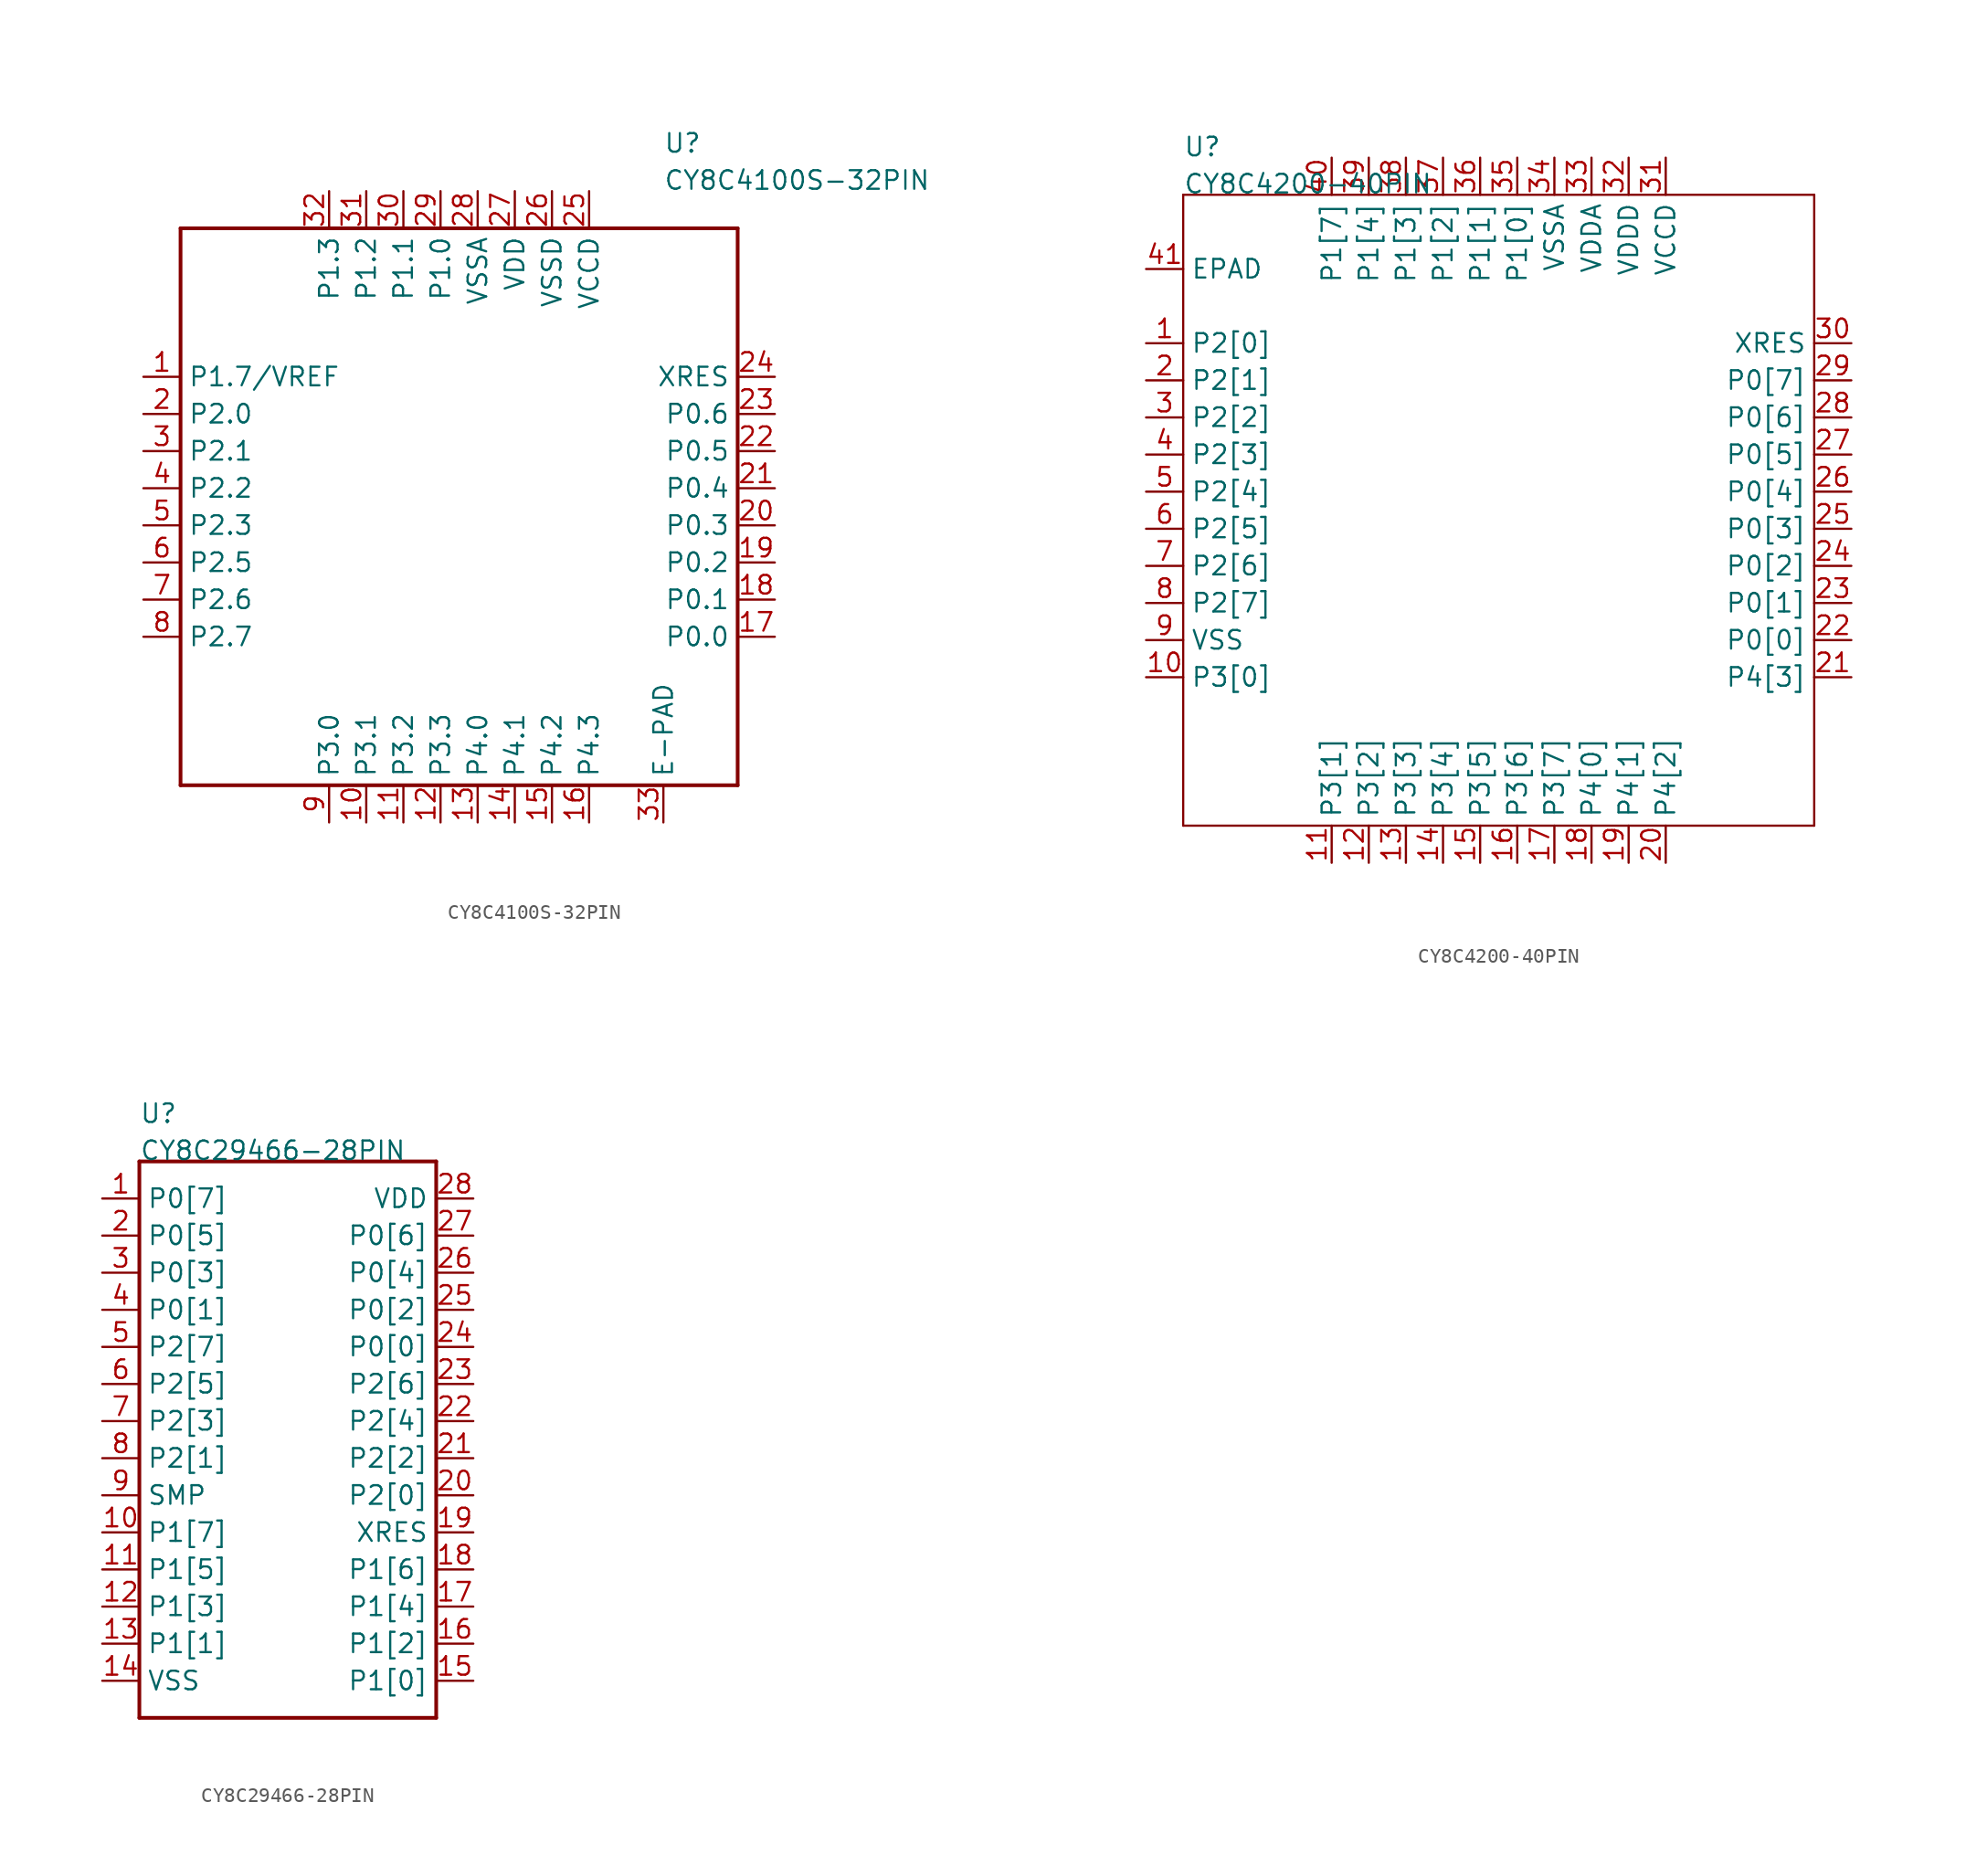
<source format=kicad_sym>
(kicad_symbol_lib
  (version 20211014)
  (generator kicad_symbol_editor)
  (symbol "CY8C4100S-32PIN"
    (pin_names)
    (property "Reference" "U"
      (at 12.7 25.4 0)
      (effects (font (size 1.27 1.27)) (justify left bottom)))
    (property "Value" "CY8C4100S-32PIN"
      (at 12.7 22.86 0)
      (effects (font (size 1.27 1.27)) (justify left bottom)))
    (property "Datasheet" ""
      (at 0 0 0))
    (property "ki_description" "CY8C4146LQI  - 32 Bit Microcontroller IC  Technical Specifications:    Core Processor: ARM® Cortex®-M0+   Core Size: 32-Bit Single-Core   Speed: 48MHz   Connectivity: I²C, IrDA, LINbus, SPI, UART/USART   Peripherals: Brown-out Detect/Reset, CapSense, LCD, POR, PWM, WDT   Number of I/O: 27   RAM Size: 8K x 8   Voltage - Supply (Vcc/Vdd): 1.71V ~ 5.5V   Operating Temperature: -40°C ~ 85°C (TA)        Component Search:  CY8C41xx, PSoC™ 4 MCU: PSoC™ 4100S Based on Arm® Cortex®-M0+ CPU   Datasheet:  CY8C41xx, PSoC™ 4 MCU: PSoC™ 4100S Based on Arm® Cortex®-M0+ CPU  "
      (at 0 0 0))
    (property "ki_fp_filters" "FlashPCB_ICs:32-QFN(5X5)-EXPOSED-PAD"
      (at 0 0 0))
    (symbol "CY8C4100S-32PIN_1_1"
      (polyline (pts (xy -20.32 20.32) (xy -20.32 -17.78)) (stroke (width 0.254)) (fill (type none)))
      (polyline (pts (xy -20.32 -17.78) (xy 17.78 -17.78)) (stroke (width 0.254)) (fill (type none)))
      (polyline (pts (xy 17.78 -17.78) (xy 17.78 20.32)) (stroke (width 0.254)) (fill (type none)))
      (polyline (pts (xy 17.78 20.32) (xy -20.32 20.32)) (stroke (width 0.254)) (fill (type none)))
      (pin bidirectional line (at -22.86 10.16 0) (length 2.54) (name "P1.7/VREF" (effects (font (size 1.27 1.27)))) (number "1" (effects (font (size 1.27 1.27)))))
      (pin bidirectional line (at -22.86 7.62 0) (length 2.54) (name "P2.0" (effects (font (size 1.27 1.27)))) (number "2" (effects (font (size 1.27 1.27)))))
      (pin bidirectional line (at -22.86 5.08 0) (length 2.54) (name "P2.1" (effects (font (size 1.27 1.27)))) (number "3" (effects (font (size 1.27 1.27)))))
      (pin bidirectional line (at -22.86 2.54 0) (length 2.54) (name "P2.2" (effects (font (size 1.27 1.27)))) (number "4" (effects (font (size 1.27 1.27)))))
      (pin bidirectional line (at -22.86 0 0) (length 2.54) (name "P2.3" (effects (font (size 1.27 1.27)))) (number "5" (effects (font (size 1.27 1.27)))))
      (pin bidirectional line (at -22.86 -2.54 0) (length 2.54) (name "P2.5" (effects (font (size 1.27 1.27)))) (number "6" (effects (font (size 1.27 1.27)))))
      (pin bidirectional line (at -22.86 -5.08 0) (length 2.54) (name "P2.6" (effects (font (size 1.27 1.27)))) (number "7" (effects (font (size 1.27 1.27)))))
      (pin bidirectional line (at -22.86 -7.62 0) (length 2.54) (name "P2.7" (effects (font (size 1.27 1.27)))) (number "8" (effects (font (size 1.27 1.27)))))
      (pin bidirectional line (at -10.16 -20.32 90) (length 2.54) (name "P3.0" (effects (font (size 1.27 1.27)))) (number "9" (effects (font (size 1.27 1.27)))))
      (pin bidirectional line (at -7.62 -20.32 90) (length 2.54) (name "P3.1" (effects (font (size 1.27 1.27)))) (number "10" (effects (font (size 1.27 1.27)))))
      (pin bidirectional line (at -5.08 -20.32 90) (length 2.54) (name "P3.2" (effects (font (size 1.27 1.27)))) (number "11" (effects (font (size 1.27 1.27)))))
      (pin bidirectional line (at -2.54 -20.32 90) (length 2.54) (name "P3.3" (effects (font (size 1.27 1.27)))) (number "12" (effects (font (size 1.27 1.27)))))
      (pin bidirectional line (at 0 -20.32 90) (length 2.54) (name "P4.0" (effects (font (size 1.27 1.27)))) (number "13" (effects (font (size 1.27 1.27)))))
      (pin bidirectional line (at 2.54 -20.32 90) (length 2.54) (name "P4.1" (effects (font (size 1.27 1.27)))) (number "14" (effects (font (size 1.27 1.27)))))
      (pin bidirectional line (at 5.08 -20.32 90) (length 2.54) (name "P4.2" (effects (font (size 1.27 1.27)))) (number "15" (effects (font (size 1.27 1.27)))))
      (pin bidirectional line (at 7.62 -20.32 90) (length 2.54) (name "P4.3" (effects (font (size 1.27 1.27)))) (number "16" (effects (font (size 1.27 1.27)))))
      (pin bidirectional line (at 20.32 -7.62 180) (length 2.54) (name "P0.0" (effects (font (size 1.27 1.27)))) (number "17" (effects (font (size 1.27 1.27)))))
      (pin bidirectional line (at 20.32 -5.08 180) (length 2.54) (name "P0.1" (effects (font (size 1.27 1.27)))) (number "18" (effects (font (size 1.27 1.27)))))
      (pin bidirectional line (at 20.32 -2.54 180) (length 2.54) (name "P0.2" (effects (font (size 1.27 1.27)))) (number "19" (effects (font (size 1.27 1.27)))))
      (pin bidirectional line (at 20.32 0 180) (length 2.54) (name "P0.3" (effects (font (size 1.27 1.27)))) (number "20" (effects (font (size 1.27 1.27)))))
      (pin bidirectional line (at 20.32 2.54 180) (length 2.54) (name "P0.4" (effects (font (size 1.27 1.27)))) (number "21" (effects (font (size 1.27 1.27)))))
      (pin bidirectional line (at 20.32 5.08 180) (length 2.54) (name "P0.5" (effects (font (size 1.27 1.27)))) (number "22" (effects (font (size 1.27 1.27)))))
      (pin bidirectional line (at 20.32 7.62 180) (length 2.54) (name "P0.6" (effects (font (size 1.27 1.27)))) (number "23" (effects (font (size 1.27 1.27)))))
      (pin bidirectional line (at 20.32 10.16 180) (length 2.54) (name "XRES" (effects (font (size 1.27 1.27)))) (number "24" (effects (font (size 1.27 1.27)))))
      (pin bidirectional line (at 7.62 22.86 270) (length 2.54) (name "VCCD" (effects (font (size 1.27 1.27)))) (number "25" (effects (font (size 1.27 1.27)))))
      (pin bidirectional line (at 5.08 22.86 270) (length 2.54) (name "VSSD" (effects (font (size 1.27 1.27)))) (number "26" (effects (font (size 1.27 1.27)))))
      (pin bidirectional line (at 2.54 22.86 270) (length 2.54) (name "VDD" (effects (font (size 1.27 1.27)))) (number "27" (effects (font (size 1.27 1.27)))))
      (pin bidirectional line (at 0 22.86 270) (length 2.54) (name "VSSA" (effects (font (size 1.27 1.27)))) (number "28" (effects (font (size 1.27 1.27)))))
      (pin bidirectional line (at -2.54 22.86 270) (length 2.54) (name "P1.0" (effects (font (size 1.27 1.27)))) (number "29" (effects (font (size 1.27 1.27)))))
      (pin bidirectional line (at -5.08 22.86 270) (length 2.54) (name "P1.1" (effects (font (size 1.27 1.27)))) (number "30" (effects (font (size 1.27 1.27)))))
      (pin bidirectional line (at -7.62 22.86 270) (length 2.54) (name "P1.2" (effects (font (size 1.27 1.27)))) (number "31" (effects (font (size 1.27 1.27)))))
      (pin bidirectional line (at -10.16 22.86 270) (length 2.54) (name "P1.3" (effects (font (size 1.27 1.27)))) (number "32" (effects (font (size 1.27 1.27)))))
      (pin bidirectional line (at 12.7 -20.32 90) (length 2.54) (name "E-PAD" (effects (font (size 1.27 1.27)))) (number "33" (effects (font (size 1.27 1.27)))))))
  (symbol "CY8C4200-40PIN"
    (pin_names)
    (property "Reference" "U"
      (at -22.86 25.4 0)
      (effects (font (size 1.27 1.27)) (justify left bottom)))
    (property "Value" "CY8C4200-40PIN"
      (at -22.86 22.86 0)
      (effects (font (size 1.27 1.27)) (justify left bottom)))
    (property "Datasheet" ""
      (at 0 0 0))
    (property "ki_description" "CY8C4200  - Microcontroller IC 32-Bit Single-Core   Technical Specifications:    Number of I/O: 34   Speed: 48MHz   Core Size: 32-Bit Single-Core   Voltage - Supply (Vcc/Vdd): 1.71V ~ 5.5V   Operating Temperature: -40°C ~ 85°C (TA)/li>       Component Search:  PSoC® 4: PSoC 4200 Family Datasheet Programmable System-on-Chip (PSoC®)   Datasheet:  PSoC® 4: PSoC 4200 Family Datasheet Programmable System-on-Chip (PSoC®) "
      (at 0 0 0))
    (property "ki_fp_filters" "FlashPCB_ICs:40-QFN(6X6)"
      (at 0 0 0))
    (symbol "CY8C4200-40PIN_1_1"
      (polyline (pts (xy -22.86 22.86) (xy -22.86 -20.32)) (stroke (width 0.152)) (fill (type none)))
      (polyline (pts (xy -22.86 -20.32) (xy 20.32 -20.32)) (stroke (width 0.152)) (fill (type none)))
      (polyline (pts (xy 20.32 -20.32) (xy 20.32 22.86)) (stroke (width 0.152)) (fill (type none)))
      (polyline (pts (xy 20.32 22.86) (xy -22.86 22.86)) (stroke (width 0.152)) (fill (type none)))
      (pin bidirectional line (at -25.4 12.7 0) (length 2.54) (name "P2[0]" (effects (font (size 1.27 1.27)))) (number "1" (effects (font (size 1.27 1.27)))))
      (pin bidirectional line (at -25.4 10.16 0) (length 2.54) (name "P2[1]" (effects (font (size 1.27 1.27)))) (number "2" (effects (font (size 1.27 1.27)))))
      (pin bidirectional line (at -25.4 7.62 0) (length 2.54) (name "P2[2]" (effects (font (size 1.27 1.27)))) (number "3" (effects (font (size 1.27 1.27)))))
      (pin bidirectional line (at -25.4 5.08 0) (length 2.54) (name "P2[3]" (effects (font (size 1.27 1.27)))) (number "4" (effects (font (size 1.27 1.27)))))
      (pin bidirectional line (at -25.4 2.54 0) (length 2.54) (name "P2[4]" (effects (font (size 1.27 1.27)))) (number "5" (effects (font (size 1.27 1.27)))))
      (pin bidirectional line (at -25.4 0 0) (length 2.54) (name "P2[5]" (effects (font (size 1.27 1.27)))) (number "6" (effects (font (size 1.27 1.27)))))
      (pin bidirectional line (at -25.4 -2.54 0) (length 2.54) (name "P2[6]" (effects (font (size 1.27 1.27)))) (number "7" (effects (font (size 1.27 1.27)))))
      (pin bidirectional line (at -25.4 -5.08 0) (length 2.54) (name "P2[7]" (effects (font (size 1.27 1.27)))) (number "8" (effects (font (size 1.27 1.27)))))
      (pin bidirectional line (at -25.4 -7.62 0) (length 2.54) (name "VSS" (effects (font (size 1.27 1.27)))) (number "9" (effects (font (size 1.27 1.27)))))
      (pin bidirectional line (at -25.4 -10.16 0) (length 2.54) (name "P3[0]" (effects (font (size 1.27 1.27)))) (number "10" (effects (font (size 1.27 1.27)))))
      (pin bidirectional line (at -12.7 -22.86 90) (length 2.54) (name "P3[1]" (effects (font (size 1.27 1.27)))) (number "11" (effects (font (size 1.27 1.27)))))
      (pin bidirectional line (at -10.16 -22.86 90) (length 2.54) (name "P3[2]" (effects (font (size 1.27 1.27)))) (number "12" (effects (font (size 1.27 1.27)))))
      (pin bidirectional line (at -7.62 -22.86 90) (length 2.54) (name "P3[3]" (effects (font (size 1.27 1.27)))) (number "13" (effects (font (size 1.27 1.27)))))
      (pin bidirectional line (at -5.08 -22.86 90) (length 2.54) (name "P3[4]" (effects (font (size 1.27 1.27)))) (number "14" (effects (font (size 1.27 1.27)))))
      (pin bidirectional line (at -2.54 -22.86 90) (length 2.54) (name "P3[5]" (effects (font (size 1.27 1.27)))) (number "15" (effects (font (size 1.27 1.27)))))
      (pin bidirectional line (at 0 -22.86 90) (length 2.54) (name "P3[6]" (effects (font (size 1.27 1.27)))) (number "16" (effects (font (size 1.27 1.27)))))
      (pin bidirectional line (at 2.54 -22.86 90) (length 2.54) (name "P3[7]" (effects (font (size 1.27 1.27)))) (number "17" (effects (font (size 1.27 1.27)))))
      (pin bidirectional line (at 5.08 -22.86 90) (length 2.54) (name "P4[0]" (effects (font (size 1.27 1.27)))) (number "18" (effects (font (size 1.27 1.27)))))
      (pin bidirectional line (at 7.62 -22.86 90) (length 2.54) (name "P4[1]" (effects (font (size 1.27 1.27)))) (number "19" (effects (font (size 1.27 1.27)))))
      (pin bidirectional line (at 10.16 -22.86 90) (length 2.54) (name "P4[2]" (effects (font (size 1.27 1.27)))) (number "20" (effects (font (size 1.27 1.27)))))
      (pin bidirectional line (at 22.86 -10.16 180) (length 2.54) (name "P4[3]" (effects (font (size 1.27 1.27)))) (number "21" (effects (font (size 1.27 1.27)))))
      (pin bidirectional line (at 22.86 -7.62 180) (length 2.54) (name "P0[0]" (effects (font (size 1.27 1.27)))) (number "22" (effects (font (size 1.27 1.27)))))
      (pin bidirectional line (at 22.86 -5.08 180) (length 2.54) (name "P0[1]" (effects (font (size 1.27 1.27)))) (number "23" (effects (font (size 1.27 1.27)))))
      (pin bidirectional line (at 22.86 -2.54 180) (length 2.54) (name "P0[2]" (effects (font (size 1.27 1.27)))) (number "24" (effects (font (size 1.27 1.27)))))
      (pin bidirectional line (at 22.86 0 180) (length 2.54) (name "P0[3]" (effects (font (size 1.27 1.27)))) (number "25" (effects (font (size 1.27 1.27)))))
      (pin bidirectional line (at 22.86 2.54 180) (length 2.54) (name "P0[4]" (effects (font (size 1.27 1.27)))) (number "26" (effects (font (size 1.27 1.27)))))
      (pin bidirectional line (at 22.86 5.08 180) (length 2.54) (name "P0[5]" (effects (font (size 1.27 1.27)))) (number "27" (effects (font (size 1.27 1.27)))))
      (pin bidirectional line (at 22.86 7.62 180) (length 2.54) (name "P0[6]" (effects (font (size 1.27 1.27)))) (number "28" (effects (font (size 1.27 1.27)))))
      (pin bidirectional line (at 22.86 10.16 180) (length 2.54) (name "P0[7]" (effects (font (size 1.27 1.27)))) (number "29" (effects (font (size 1.27 1.27)))))
      (pin bidirectional line (at 22.86 12.7 180) (length 2.54) (name "XRES" (effects (font (size 1.27 1.27)))) (number "30" (effects (font (size 1.27 1.27)))))
      (pin bidirectional line (at 10.16 25.4 270) (length 2.54) (name "VCCD" (effects (font (size 1.27 1.27)))) (number "31" (effects (font (size 1.27 1.27)))))
      (pin bidirectional line (at 7.62 25.4 270) (length 2.54) (name "VDDD" (effects (font (size 1.27 1.27)))) (number "32" (effects (font (size 1.27 1.27)))))
      (pin bidirectional line (at 5.08 25.4 270) (length 2.54) (name "VDDA" (effects (font (size 1.27 1.27)))) (number "33" (effects (font (size 1.27 1.27)))))
      (pin bidirectional line (at 2.54 25.4 270) (length 2.54) (name "VSSA" (effects (font (size 1.27 1.27)))) (number "34" (effects (font (size 1.27 1.27)))))
      (pin bidirectional line (at 0 25.4 270) (length 2.54) (name "P1[0]" (effects (font (size 1.27 1.27)))) (number "35" (effects (font (size 1.27 1.27)))))
      (pin bidirectional line (at -2.54 25.4 270) (length 2.54) (name "P1[1]" (effects (font (size 1.27 1.27)))) (number "36" (effects (font (size 1.27 1.27)))))
      (pin bidirectional line (at -5.08 25.4 270) (length 2.54) (name "P1[2]" (effects (font (size 1.27 1.27)))) (number "37" (effects (font (size 1.27 1.27)))))
      (pin bidirectional line (at -7.62 25.4 270) (length 2.54) (name "P1[3]" (effects (font (size 1.27 1.27)))) (number "38" (effects (font (size 1.27 1.27)))))
      (pin bidirectional line (at -10.16 25.4 270) (length 2.54) (name "P1[4]" (effects (font (size 1.27 1.27)))) (number "39" (effects (font (size 1.27 1.27)))))
      (pin bidirectional line (at -12.7 25.4 270) (length 2.54) (name "P1[7]" (effects (font (size 1.27 1.27)))) (number "40" (effects (font (size 1.27 1.27)))))
      (pin bidirectional line (at -25.4 17.78 0) (length 2.54) (name "EPAD" (effects (font (size 1.27 1.27)))) (number "41" (effects (font (size 1.27 1.27)))))))
  (symbol "CY8C29466-28PIN"
    (pin_names)
    (property "Reference" "U"
      (at -10.16 20.32 0)
      (effects (font (size 1.27 1.27)) (justify left bottom)))
    (property "Value" "CY8C29466-28PIN"
      (at -10.16 17.78 0)
      (effects (font (size 1.27 1.27)) (justify left bottom)))
    (property "Datasheet" ""
      (at 0 0 0))
    (property "ki_description" "CY8C29466  -  32KB FLASH 28SOIC   Technical Specifications:    Number of I/O: 24   Core Size: 8-Bit   Speed: 24MHz   Voltage - Supply (Vcc/Vdd): 3V ~ 5.25V   Operating Temperature: -40°C ~ 85°C (TA)         Component Search:  CY8C29466/CY8C29566/CY8C29666/CY8C29866, PSoC® Programmable System-on-Chip™   Datasheet:  CY8C29466/CY8C29566/CY8C29666/CY8C29866, PSoC® Programmable System-on-Chip™ "
      (at 0 0 0))
    (property "ki_fp_filters" "FlashPCB_ICs:28-SOIC-7.5MM FlashPCB_ICs:28-SSOP"
      (at 0 0 0))
    (symbol "CY8C29466-28PIN_1_1"
      (polyline (pts (xy -10.16 17.78) (xy -10.16 -20.32)) (stroke (width 0.254)) (fill (type none)))
      (polyline (pts (xy -10.16 -20.32) (xy 10.16 -20.32)) (stroke (width 0.254)) (fill (type none)))
      (polyline (pts (xy 10.16 -20.32) (xy 10.16 17.78)) (stroke (width 0.254)) (fill (type none)))
      (polyline (pts (xy 10.16 17.78) (xy -10.16 17.78)) (stroke (width 0.254)) (fill (type none)))
      (pin bidirectional line (at -12.7 15.24 0) (length 2.54) (name "P0[7]" (effects (font (size 1.27 1.27)))) (number "1" (effects (font (size 1.27 1.27)))))
      (pin bidirectional line (at -12.7 12.7 0) (length 2.54) (name "P0[5]" (effects (font (size 1.27 1.27)))) (number "2" (effects (font (size 1.27 1.27)))))
      (pin bidirectional line (at -12.7 10.16 0) (length 2.54) (name "P0[3]" (effects (font (size 1.27 1.27)))) (number "3" (effects (font (size 1.27 1.27)))))
      (pin bidirectional line (at -12.7 7.62 0) (length 2.54) (name "P0[1]" (effects (font (size 1.27 1.27)))) (number "4" (effects (font (size 1.27 1.27)))))
      (pin bidirectional line (at -12.7 5.08 0) (length 2.54) (name "P2[7]" (effects (font (size 1.27 1.27)))) (number "5" (effects (font (size 1.27 1.27)))))
      (pin bidirectional line (at -12.7 2.54 0) (length 2.54) (name "P2[5]" (effects (font (size 1.27 1.27)))) (number "6" (effects (font (size 1.27 1.27)))))
      (pin bidirectional line (at -12.7 0 0) (length 2.54) (name "P2[3]" (effects (font (size 1.27 1.27)))) (number "7" (effects (font (size 1.27 1.27)))))
      (pin bidirectional line (at -12.7 -2.54 0) (length 2.54) (name "P2[1]" (effects (font (size 1.27 1.27)))) (number "8" (effects (font (size 1.27 1.27)))))
      (pin bidirectional line (at -12.7 -5.08 0) (length 2.54) (name "SMP" (effects (font (size 1.27 1.27)))) (number "9" (effects (font (size 1.27 1.27)))))
      (pin bidirectional line (at -12.7 -7.62 0) (length 2.54) (name "P1[7]" (effects (font (size 1.27 1.27)))) (number "10" (effects (font (size 1.27 1.27)))))
      (pin bidirectional line (at -12.7 -10.16 0) (length 2.54) (name "P1[5]" (effects (font (size 1.27 1.27)))) (number "11" (effects (font (size 1.27 1.27)))))
      (pin bidirectional line (at -12.7 -12.7 0) (length 2.54) (name "P1[3]" (effects (font (size 1.27 1.27)))) (number "12" (effects (font (size 1.27 1.27)))))
      (pin bidirectional line (at -12.7 -15.24 0) (length 2.54) (name "P1[1]" (effects (font (size 1.27 1.27)))) (number "13" (effects (font (size 1.27 1.27)))))
      (pin bidirectional line (at -12.7 -17.78 0) (length 2.54) (name "VSS" (effects (font (size 1.27 1.27)))) (number "14" (effects (font (size 1.27 1.27)))))
      (pin bidirectional line (at 12.7 -17.78 180) (length 2.54) (name "P1[0]" (effects (font (size 1.27 1.27)))) (number "15" (effects (font (size 1.27 1.27)))))
      (pin bidirectional line (at 12.7 -15.24 180) (length 2.54) (name "P1[2]" (effects (font (size 1.27 1.27)))) (number "16" (effects (font (size 1.27 1.27)))))
      (pin bidirectional line (at 12.7 -12.7 180) (length 2.54) (name "P1[4]" (effects (font (size 1.27 1.27)))) (number "17" (effects (font (size 1.27 1.27)))))
      (pin bidirectional line (at 12.7 -10.16 180) (length 2.54) (name "P1[6]" (effects (font (size 1.27 1.27)))) (number "18" (effects (font (size 1.27 1.27)))))
      (pin bidirectional line (at 12.7 -7.62 180) (length 2.54) (name "XRES" (effects (font (size 1.27 1.27)))) (number "19" (effects (font (size 1.27 1.27)))))
      (pin bidirectional line (at 12.7 -5.08 180) (length 2.54) (name "P2[0]" (effects (font (size 1.27 1.27)))) (number "20" (effects (font (size 1.27 1.27)))))
      (pin bidirectional line (at 12.7 -2.54 180) (length 2.54) (name "P2[2]" (effects (font (size 1.27 1.27)))) (number "21" (effects (font (size 1.27 1.27)))))
      (pin bidirectional line (at 12.7 0 180) (length 2.54) (name "P2[4]" (effects (font (size 1.27 1.27)))) (number "22" (effects (font (size 1.27 1.27)))))
      (pin bidirectional line (at 12.7 2.54 180) (length 2.54) (name "P2[6]" (effects (font (size 1.27 1.27)))) (number "23" (effects (font (size 1.27 1.27)))))
      (pin bidirectional line (at 12.7 5.08 180) (length 2.54) (name "P0[0]" (effects (font (size 1.27 1.27)))) (number "24" (effects (font (size 1.27 1.27)))))
      (pin bidirectional line (at 12.7 7.62 180) (length 2.54) (name "P0[2]" (effects (font (size 1.27 1.27)))) (number "25" (effects (font (size 1.27 1.27)))))
      (pin bidirectional line (at 12.7 10.16 180) (length 2.54) (name "P0[4]" (effects (font (size 1.27 1.27)))) (number "26" (effects (font (size 1.27 1.27)))))
      (pin bidirectional line (at 12.7 12.7 180) (length 2.54) (name "P0[6]" (effects (font (size 1.27 1.27)))) (number "27" (effects (font (size 1.27 1.27)))))
      (pin bidirectional line (at 12.7 15.24 180) (length 2.54) (name "VDD" (effects (font (size 1.27 1.27)))) (number "28" (effects (font (size 1.27 1.27))))))))
</source>
